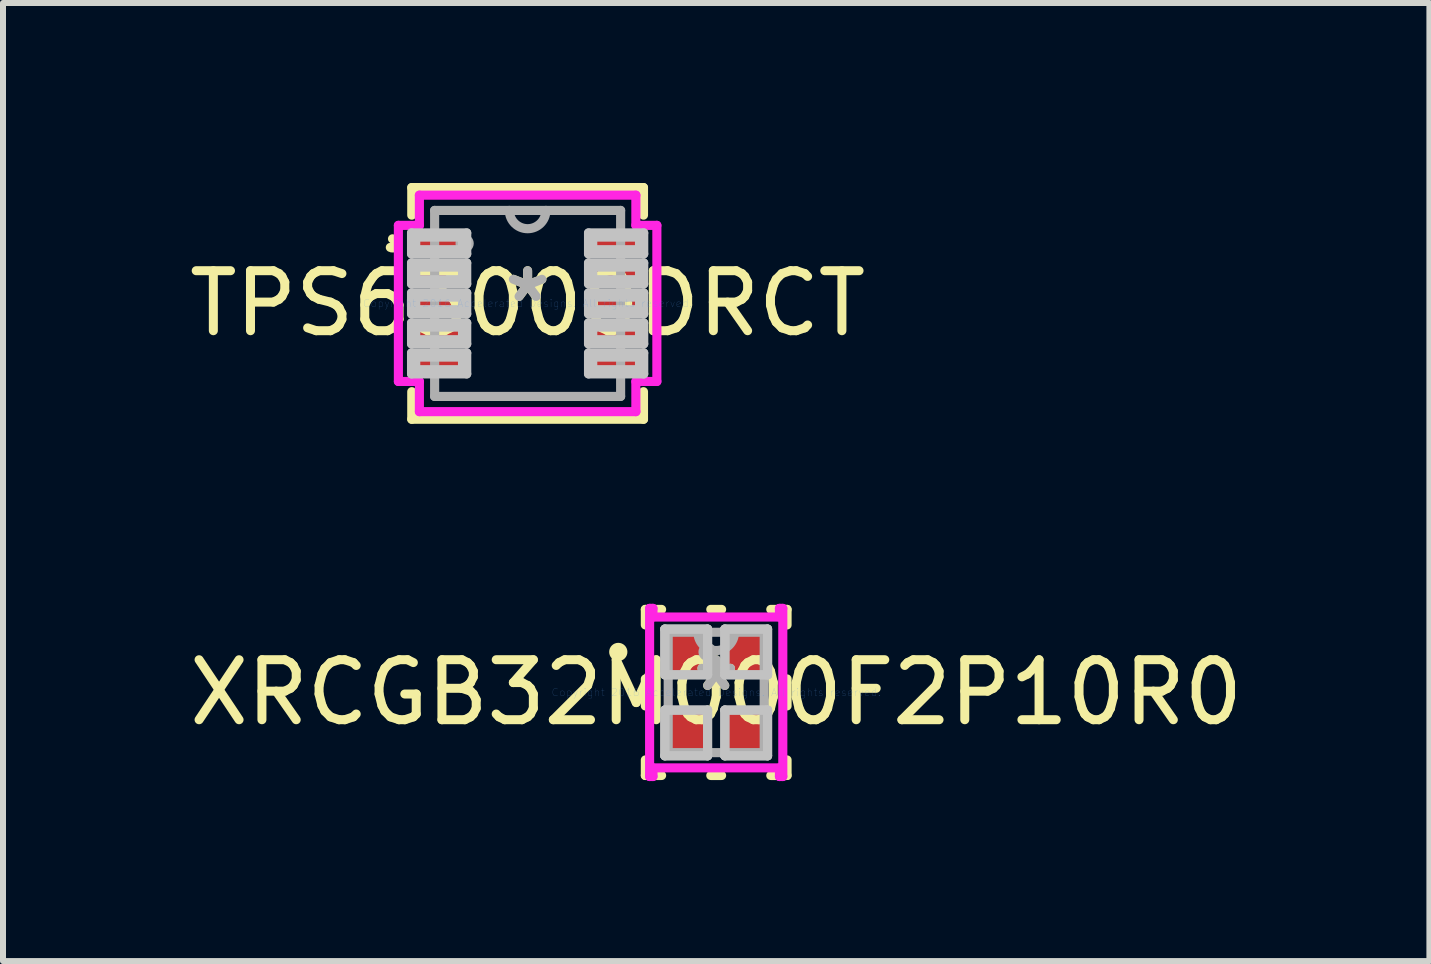
<source format=kicad_pcb>
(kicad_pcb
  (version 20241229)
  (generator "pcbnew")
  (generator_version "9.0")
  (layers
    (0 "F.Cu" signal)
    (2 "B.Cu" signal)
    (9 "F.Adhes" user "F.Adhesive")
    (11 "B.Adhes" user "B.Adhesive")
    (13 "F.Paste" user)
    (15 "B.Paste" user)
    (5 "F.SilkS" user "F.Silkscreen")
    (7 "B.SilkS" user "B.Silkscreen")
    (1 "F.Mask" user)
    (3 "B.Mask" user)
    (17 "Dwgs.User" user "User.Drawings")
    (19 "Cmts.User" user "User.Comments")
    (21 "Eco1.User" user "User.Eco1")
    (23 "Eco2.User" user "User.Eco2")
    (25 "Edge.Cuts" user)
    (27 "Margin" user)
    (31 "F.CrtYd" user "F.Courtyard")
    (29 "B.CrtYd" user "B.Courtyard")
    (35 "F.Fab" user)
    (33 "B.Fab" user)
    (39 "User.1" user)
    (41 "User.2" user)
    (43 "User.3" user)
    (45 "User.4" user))
  (footprint "TPS63000DRCT"
    (layer "F.Cu")
    (at 5.744 2.007)
    (property "Reference" "TPS63000DRCT" (at 0 0 0) (layer "F.SilkS") (effects (font (size 1 1) (thickness 0.15))))
    (attr through_hole)
    (fp_line (start -1.931 -1.931) (end -1.931 -1.471) (stroke (width 0.152) (type solid)) (layer "F.SilkS"))
    (fp_line (start -1.931 1.471) (end -1.931 1.931) (stroke (width 0.152) (type solid)) (layer "F.SilkS"))
    (fp_line (start -1.931 1.931) (end 1.931 1.931) (stroke (width 0.152) (type solid)) (layer "F.SilkS"))
    (fp_line (start 1.931 -1.931) (end -1.931 -1.931) (stroke (width 0.152) (type solid)) (layer "F.SilkS"))
    (fp_line (start 1.931 -1.471) (end 1.931 -1.931) (stroke (width 0.152) (type solid)) (layer "F.SilkS"))
    (fp_line (start 1.931 1.931) (end 1.931 1.471) (stroke (width 0.152) (type solid)) (layer "F.SilkS"))
    (fp_arc (start -2.2516 -1.0762) (mid -2.177771 -0.981141) (end -2.288144 -0.933135) (stroke (width 0.1524) (type solid)) (layer "F.SilkS"))
    (fp_line (start -1.935 -1.175) (end -1.935 -0.825) (stroke (width 0.152) (type solid)) (layer "Dwgs.User"))
    (fp_line (start -1.935 -0.825) (end -1.015 -0.825) (stroke (width 0.152) (type solid)) (layer "Dwgs.User"))
    (fp_line (start -1.935 -0.675) (end -1.935 -0.325) (stroke (width 0.152) (type solid)) (layer "Dwgs.User"))
    (fp_line (start -1.935 -0.325) (end -1.015 -0.325) (stroke (width 0.152) (type solid)) (layer "Dwgs.User"))
    (fp_line (start -1.935 -0.175) (end -1.935 0.175) (stroke (width 0.152) (type solid)) (layer "Dwgs.User"))
    (fp_line (start -1.935 0.175) (end -1.015 0.175) (stroke (width 0.152) (type solid)) (layer "Dwgs.User"))
    (fp_line (start -1.935 0.325) (end -1.935 0.675) (stroke (width 0.152) (type solid)) (layer "Dwgs.User"))
    (fp_line (start -1.935 0.675) (end -1.015 0.675) (stroke (width 0.152) (type solid)) (layer "Dwgs.User"))
    (fp_line (start -1.935 0.825) (end -1.935 1.175) (stroke (width 0.152) (type solid)) (layer "Dwgs.User"))
    (fp_line (start -1.935 1.175) (end -1.015 1.175) (stroke (width 0.152) (type solid)) (layer "Dwgs.User"))
    (fp_line (start -1.865 -1.105) (end -1.865 -0.895) (stroke (width 0.152) (type solid)) (layer "Dwgs.User"))
    (fp_line (start -1.865 -0.895) (end -1.085 -0.895) (stroke (width 0.152) (type solid)) (layer "Dwgs.User"))
    (fp_line (start -1.865 -0.605) (end -1.865 -0.395) (stroke (width 0.152) (type solid)) (layer "Dwgs.User"))
    (fp_line (start -1.865 -0.395) (end -1.085 -0.395) (stroke (width 0.152) (type solid)) (layer "Dwgs.User"))
    (fp_line (start -1.865 -0.105) (end -1.865 0.105) (stroke (width 0.152) (type solid)) (layer "Dwgs.User"))
    (fp_line (start -1.865 0.105) (end -1.085 0.105) (stroke (width 0.152) (type solid)) (layer "Dwgs.User"))
    (fp_line (start -1.865 0.395) (end -1.865 0.605) (stroke (width 0.152) (type solid)) (layer "Dwgs.User"))
    (fp_line (start -1.865 0.605) (end -1.085 0.605) (stroke (width 0.152) (type solid)) (layer "Dwgs.User"))
    (fp_line (start -1.865 0.895) (end -1.865 1.105) (stroke (width 0.152) (type solid)) (layer "Dwgs.User"))
    (fp_line (start -1.865 1.105) (end -1.085 1.105) (stroke (width 0.152) (type solid)) (layer "Dwgs.User"))
    (fp_line (start -1.085 -1.105) (end -1.865 -1.105) (stroke (width 0.152) (type solid)) (layer "Dwgs.User"))
    (fp_line (start -1.085 -0.895) (end -1.085 -1.105) (stroke (width 0.152) (type solid)) (layer "Dwgs.User"))
    (fp_line (start -1.085 -0.605) (end -1.865 -0.605) (stroke (width 0.152) (type solid)) (layer "Dwgs.User"))
    (fp_line (start -1.085 -0.395) (end -1.085 -0.605) (stroke (width 0.152) (type solid)) (layer "Dwgs.User"))
    (fp_line (start -1.085 -0.105) (end -1.865 -0.105) (stroke (width 0.152) (type solid)) (layer "Dwgs.User"))
    (fp_line (start -1.085 0.105) (end -1.085 -0.105) (stroke (width 0.152) (type solid)) (layer "Dwgs.User"))
    (fp_line (start -1.085 0.395) (end -1.865 0.395) (stroke (width 0.152) (type solid)) (layer "Dwgs.User"))
    (fp_line (start -1.085 0.605) (end -1.085 0.395) (stroke (width 0.152) (type solid)) (layer "Dwgs.User"))
    (fp_line (start -1.085 0.895) (end -1.865 0.895) (stroke (width 0.152) (type solid)) (layer "Dwgs.User"))
    (fp_line (start -1.085 1.105) (end -1.085 0.895) (stroke (width 0.152) (type solid)) (layer "Dwgs.User"))
    (fp_line (start -1.015 -1.175) (end -1.935 -1.175) (stroke (width 0.152) (type solid)) (layer "Dwgs.User"))
    (fp_line (start -1.015 -0.825) (end -1.015 -1.175) (stroke (width 0.152) (type solid)) (layer "Dwgs.User"))
    (fp_line (start -1.015 -0.675) (end -1.935 -0.675) (stroke (width 0.152) (type solid)) (layer "Dwgs.User"))
    (fp_line (start -1.015 -0.325) (end -1.015 -0.675) (stroke (width 0.152) (type solid)) (layer "Dwgs.User"))
    (fp_line (start -1.015 -0.175) (end -1.935 -0.175) (stroke (width 0.152) (type solid)) (layer "Dwgs.User"))
    (fp_line (start -1.015 0.175) (end -1.015 -0.175) (stroke (width 0.152) (type solid)) (layer "Dwgs.User"))
    (fp_line (start -1.015 0.325) (end -1.935 0.325) (stroke (width 0.152) (type solid)) (layer "Dwgs.User"))
    (fp_line (start -1.015 0.675) (end -1.015 0.325) (stroke (width 0.152) (type solid)) (layer "Dwgs.User"))
    (fp_line (start -1.015 0.825) (end -1.935 0.825) (stroke (width 0.152) (type solid)) (layer "Dwgs.User"))
    (fp_line (start -1.015 1.175) (end -1.015 0.825) (stroke (width 0.152) (type solid)) (layer "Dwgs.User"))
    (fp_line (start 1.015 -1.175) (end 1.015 -0.825) (stroke (width 0.152) (type solid)) (layer "Dwgs.User"))
    (fp_line (start 1.015 -0.825) (end 1.935 -0.825) (stroke (width 0.152) (type solid)) (layer "Dwgs.User"))
    (fp_line (start 1.015 -0.675) (end 1.015 -0.325) (stroke (width 0.152) (type solid)) (layer "Dwgs.User"))
    (fp_line (start 1.015 -0.325) (end 1.935 -0.325) (stroke (width 0.152) (type solid)) (layer "Dwgs.User"))
    (fp_line (start 1.015 -0.175) (end 1.015 0.175) (stroke (width 0.152) (type solid)) (layer "Dwgs.User"))
    (fp_line (start 1.015 0.175) (end 1.935 0.175) (stroke (width 0.152) (type solid)) (layer "Dwgs.User"))
    (fp_line (start 1.015 0.325) (end 1.015 0.675) (stroke (width 0.152) (type solid)) (layer "Dwgs.User"))
    (fp_line (start 1.015 0.675) (end 1.935 0.675) (stroke (width 0.152) (type solid)) (layer "Dwgs.User"))
    (fp_line (start 1.015 0.825) (end 1.015 1.175) (stroke (width 0.152) (type solid)) (layer "Dwgs.User"))
    (fp_line (start 1.015 1.175) (end 1.935 1.175) (stroke (width 0.152) (type solid)) (layer "Dwgs.User"))
    (fp_line (start 1.085 -1.105) (end 1.085 -0.895) (stroke (width 0.152) (type solid)) (layer "Dwgs.User"))
    (fp_line (start 1.085 -0.895) (end 1.865 -0.895) (stroke (width 0.152) (type solid)) (layer "Dwgs.User"))
    (fp_line (start 1.085 -0.605) (end 1.085 -0.395) (stroke (width 0.152) (type solid)) (layer "Dwgs.User"))
    (fp_line (start 1.085 -0.395) (end 1.865 -0.395) (stroke (width 0.152) (type solid)) (layer "Dwgs.User"))
    (fp_line (start 1.085 -0.105) (end 1.085 0.105) (stroke (width 0.152) (type solid)) (layer "Dwgs.User"))
    (fp_line (start 1.085 0.105) (end 1.865 0.105) (stroke (width 0.152) (type solid)) (layer "Dwgs.User"))
    (fp_line (start 1.085 0.395) (end 1.085 0.605) (stroke (width 0.152) (type solid)) (layer "Dwgs.User"))
    (fp_line (start 1.085 0.605) (end 1.865 0.605) (stroke (width 0.152) (type solid)) (layer "Dwgs.User"))
    (fp_line (start 1.085 0.895) (end 1.085 1.105) (stroke (width 0.152) (type solid)) (layer "Dwgs.User"))
    (fp_line (start 1.085 1.105) (end 1.865 1.105) (stroke (width 0.152) (type solid)) (layer "Dwgs.User"))
    (fp_line (start 1.865 -1.105) (end 1.085 -1.105) (stroke (width 0.152) (type solid)) (layer "Dwgs.User"))
    (fp_line (start 1.865 -0.895) (end 1.865 -1.105) (stroke (width 0.152) (type solid)) (layer "Dwgs.User"))
    (fp_line (start 1.865 -0.605) (end 1.085 -0.605) (stroke (width 0.152) (type solid)) (layer "Dwgs.User"))
    (fp_line (start 1.865 -0.395) (end 1.865 -0.605) (stroke (width 0.152) (type solid)) (layer "Dwgs.User"))
    (fp_line (start 1.865 -0.105) (end 1.085 -0.105) (stroke (width 0.152) (type solid)) (layer "Dwgs.User"))
    (fp_line (start 1.865 0.105) (end 1.865 -0.105) (stroke (width 0.152) (type solid)) (layer "Dwgs.User"))
    (fp_line (start 1.865 0.395) (end 1.085 0.395) (stroke (width 0.152) (type solid)) (layer "Dwgs.User"))
    (fp_line (start 1.865 0.605) (end 1.865 0.395) (stroke (width 0.152) (type solid)) (layer "Dwgs.User"))
    (fp_line (start 1.865 0.895) (end 1.085 0.895) (stroke (width 0.152) (type solid)) (layer "Dwgs.User"))
    (fp_line (start 1.865 1.105) (end 1.865 0.895) (stroke (width 0.152) (type solid)) (layer "Dwgs.User"))
    (fp_line (start 1.935 -1.175) (end 1.015 -1.175) (stroke (width 0.152) (type solid)) (layer "Dwgs.User"))
    (fp_line (start 1.935 -0.825) (end 1.935 -1.175) (stroke (width 0.152) (type solid)) (layer "Dwgs.User"))
    (fp_line (start 1.935 -0.675) (end 1.015 -0.675) (stroke (width 0.152) (type solid)) (layer "Dwgs.User"))
    (fp_line (start 1.935 -0.325) (end 1.935 -0.675) (stroke (width 0.152) (type solid)) (layer "Dwgs.User"))
    (fp_line (start 1.935 -0.175) (end 1.015 -0.175) (stroke (width 0.152) (type solid)) (layer "Dwgs.User"))
    (fp_line (start 1.935 0.175) (end 1.935 -0.175) (stroke (width 0.152) (type solid)) (layer "Dwgs.User"))
    (fp_line (start 1.935 0.325) (end 1.015 0.325) (stroke (width 0.152) (type solid)) (layer "Dwgs.User"))
    (fp_line (start 1.935 0.675) (end 1.935 0.325) (stroke (width 0.152) (type solid)) (layer "Dwgs.User"))
    (fp_line (start 1.935 0.825) (end 1.015 0.825) (stroke (width 0.152) (type solid)) (layer "Dwgs.User"))
    (fp_line (start 1.935 1.175) (end 1.935 0.825) (stroke (width 0.152) (type solid)) (layer "Dwgs.User"))
    (fp_line (start -2.154 -1.301) (end -1.804 -1.301) (stroke (width 0.152) (type solid)) (layer "F.CrtYd"))
    (fp_line (start -2.154 1.301) (end -2.154 -1.301) (stroke (width 0.152) (type solid)) (layer "F.CrtYd"))
    (fp_line (start -1.804 -1.804) (end 1.804 -1.804) (stroke (width 0.152) (type solid)) (layer "F.CrtYd"))
    (fp_line (start -1.804 -1.301) (end -1.804 -1.804) (stroke (width 0.152) (type solid)) (layer "F.CrtYd"))
    (fp_line (start -1.804 1.301) (end -2.154 1.301) (stroke (width 0.152) (type solid)) (layer "F.CrtYd"))
    (fp_line (start -1.804 1.804) (end -1.804 1.301) (stroke (width 0.152) (type solid)) (layer "F.CrtYd"))
    (fp_line (start 1.804 -1.804) (end 1.804 -1.301) (stroke (width 0.152) (type solid)) (layer "F.CrtYd"))
    (fp_line (start 1.804 -1.301) (end 2.154 -1.301) (stroke (width 0.152) (type solid)) (layer "F.CrtYd"))
    (fp_line (start 1.804 1.301) (end 1.804 1.804) (stroke (width 0.152) (type solid)) (layer "F.CrtYd"))
    (fp_line (start 1.804 1.804) (end -1.804 1.804) (stroke (width 0.152) (type solid)) (layer "F.CrtYd"))
    (fp_line (start 2.154 -1.301) (end 2.154 1.301) (stroke (width 0.152) (type solid)) (layer "F.CrtYd"))
    (fp_line (start 2.154 1.301) (end 1.804 1.301) (stroke (width 0.152) (type solid)) (layer "F.CrtYd"))
    (fp_line (start -1.55 -1.55) (end -1.55 1.55) (stroke (width 0.152) (type solid)) (layer "F.Fab"))
    (fp_line (start -1.55 1.55) (end 1.55 1.55) (stroke (width 0.152) (type solid)) (layer "F.Fab"))
    (fp_line (start 1.55 -1.55) (end -1.55 -1.55) (stroke (width 0.152) (type solid)) (layer "F.Fab"))
    (fp_line (start 1.55 1.55) (end 1.55 -1.55) (stroke (width 0.152) (type solid)) (layer "F.Fab"))
    (fp_arc (start 0.3048 -1.549999) (mid 0 -1.245199) (end -0.3048 -1.549999) (stroke (width 0.1524) (type solid)) (layer "F.Fab"))
    (fp_circle (center -1.05 -1) (end -0.974 -1) (stroke (width 0.152) (type solid)) (fill no) (layer "F.Fab"))
    (fp_text user "*" (at 0 0 0) (layer "F.SilkS") (effects (font (size 1 1) (thickness 0.15))))
    (fp_text user "Copyright 2016 Accelerated Designs. All rights reserved." (at 0 0 0) (layer "Cmts.User") (effects (font (size 0.127 0.127) (thickness 0.002))))
    (fp_text user "*" (at 0 0 0) (layer "F.Fab") (effects (font (size 1 1) (thickness 0.15))))
    (pad "1" smd rect (at -1.475 -1) (size 0.85 0.28) (layers "F.Cu" "F.Mask" "F.Paste"))
    (pad "2" smd rect (at -1.475 -0.5) (size 0.85 0.28) (layers "F.Cu" "F.Mask" "F.Paste"))
    (pad "3" smd rect (at -1.475 0) (size 0.85 0.28) (layers "F.Cu" "F.Mask" "F.Paste"))
    (pad "4" smd rect (at -1.475 0.5) (size 0.85 0.28) (layers "F.Cu" "F.Mask" "F.Paste"))
    (pad "5" smd rect (at -1.475 1) (size 0.85 0.28) (layers "F.Cu" "F.Mask" "F.Paste"))
    (pad "6" smd rect (at 1.475 1) (size 0.85 0.28) (layers "F.Cu" "F.Mask" "F.Paste"))
    (pad "7" smd rect (at 1.475 0.5) (size 0.85 0.28) (layers "F.Cu" "F.Mask" "F.Paste"))
    (pad "8" smd rect (at 1.475 0) (size 0.85 0.28) (layers "F.Cu" "F.Mask" "F.Paste"))
    (pad "9" smd rect (at 1.475 -0.5) (size 0.85 0.28) (layers "F.Cu" "F.Mask" "F.Paste"))
    (pad "10" smd rect (at 1.475 -1) (size 0.85 0.28) (layers "F.Cu" "F.Mask" "F.Paste")))
  (footprint "XRCGB32M000F2P10R0"
    (layer "F.Cu")
    (at 8.887 8.491)
    (property "Reference" "XRCGB32M000F2P10R0" (at 0 0 0) (layer "F.SilkS") (effects (font (size 1 1) (thickness 0.15))))
    (attr through_hole)
    (fp_line (start -1.181 -1.384) (end -1.181 -1.125) (stroke (width 0.152) (type solid)) (layer "F.SilkS"))
    (fp_line (start -1.181 -0.225) (end -1.181 0.225) (stroke (width 0.152) (type solid)) (layer "F.SilkS"))
    (fp_line (start -1.181 1.125) (end -1.181 1.384) (stroke (width 0.152) (type solid)) (layer "F.SilkS"))
    (fp_line (start -1.181 1.384) (end -0.91 1.384) (stroke (width 0.152) (type solid)) (layer "F.SilkS"))
    (fp_line (start -0.91 -1.384) (end -1.181 -1.384) (stroke (width 0.152) (type solid)) (layer "F.SilkS"))
    (fp_line (start -0.09 1.384) (end 0.09 1.384) (stroke (width 0.152) (type solid)) (layer "F.SilkS"))
    (fp_line (start 0.09 -1.384) (end -0.09 -1.384) (stroke (width 0.152) (type solid)) (layer "F.SilkS"))
    (fp_line (start 0.91 1.384) (end 1.181 1.384) (stroke (width 0.152) (type solid)) (layer "F.SilkS"))
    (fp_line (start 1.181 -1.384) (end 0.91 -1.384) (stroke (width 0.152) (type solid)) (layer "F.SilkS"))
    (fp_line (start 1.181 -1.125) (end 1.181 -1.384) (stroke (width 0.152) (type solid)) (layer "F.SilkS"))
    (fp_line (start 1.181 0.225) (end 1.181 -0.225) (stroke (width 0.152) (type solid)) (layer "F.SilkS"))
    (fp_line (start 1.181 1.384) (end 1.181 1.125) (stroke (width 0.152) (type solid)) (layer "F.SilkS"))
    (fp_circle (center -1.632 -0.675) (end -1.556 -0.675) (stroke (width 0.152) (type solid)) (fill no) (layer "F.SilkS"))
    (fp_line (start -0.856 -1.056) (end -0.856 -0.294) (stroke (width 0.152) (type solid)) (layer "Dwgs.User"))
    (fp_line (start -0.856 -1.056) (end -0.856 -0.294) (stroke (width 0.152) (type solid)) (layer "Dwgs.User"))
    (fp_line (start -0.856 -0.294) (end -0.144 -0.294) (stroke (width 0.152) (type solid)) (layer "Dwgs.User"))
    (fp_line (start -0.856 -0.294) (end -0.144 -0.294) (stroke (width 0.152) (type solid)) (layer "Dwgs.User"))
    (fp_line (start -0.856 0.294) (end -0.856 1.056) (stroke (width 0.152) (type solid)) (layer "Dwgs.User"))
    (fp_line (start -0.856 0.294) (end -0.856 1.056) (stroke (width 0.152) (type solid)) (layer "Dwgs.User"))
    (fp_line (start -0.856 1.056) (end -0.144 1.056) (stroke (width 0.152) (type solid)) (layer "Dwgs.User"))
    (fp_line (start -0.856 1.056) (end -0.144 1.056) (stroke (width 0.152) (type solid)) (layer "Dwgs.User"))
    (fp_line (start -0.144 -1.056) (end -0.856 -1.056) (stroke (width 0.152) (type solid)) (layer "Dwgs.User"))
    (fp_line (start -0.144 -1.056) (end -0.856 -1.056) (stroke (width 0.152) (type solid)) (layer "Dwgs.User"))
    (fp_line (start -0.144 -0.294) (end -0.144 -1.056) (stroke (width 0.152) (type solid)) (layer "Dwgs.User"))
    (fp_line (start -0.144 -0.294) (end -0.144 -1.056) (stroke (width 0.152) (type solid)) (layer "Dwgs.User"))
    (fp_line (start -0.144 0.294) (end -0.856 0.294) (stroke (width 0.152) (type solid)) (layer "Dwgs.User"))
    (fp_line (start -0.144 0.294) (end -0.856 0.294) (stroke (width 0.152) (type solid)) (layer "Dwgs.User"))
    (fp_line (start -0.144 1.056) (end -0.144 0.294) (stroke (width 0.152) (type solid)) (layer "Dwgs.User"))
    (fp_line (start -0.144 1.056) (end -0.144 0.294) (stroke (width 0.152) (type solid)) (layer "Dwgs.User"))
    (fp_line (start 0.144 -1.056) (end 0.144 -0.294) (stroke (width 0.152) (type solid)) (layer "Dwgs.User"))
    (fp_line (start 0.144 -1.056) (end 0.144 -0.294) (stroke (width 0.152) (type solid)) (layer "Dwgs.User"))
    (fp_line (start 0.144 -0.294) (end 0.856 -0.294) (stroke (width 0.152) (type solid)) (layer "Dwgs.User"))
    (fp_line (start 0.144 -0.294) (end 0.856 -0.294) (stroke (width 0.152) (type solid)) (layer "Dwgs.User"))
    (fp_line (start 0.144 0.294) (end 0.144 1.056) (stroke (width 0.152) (type solid)) (layer "Dwgs.User"))
    (fp_line (start 0.144 0.294) (end 0.144 1.056) (stroke (width 0.152) (type solid)) (layer "Dwgs.User"))
    (fp_line (start 0.144 1.056) (end 0.856 1.056) (stroke (width 0.152) (type solid)) (layer "Dwgs.User"))
    (fp_line (start 0.144 1.056) (end 0.856 1.056) (stroke (width 0.152) (type solid)) (layer "Dwgs.User"))
    (fp_line (start 0.856 -1.056) (end 0.144 -1.056) (stroke (width 0.152) (type solid)) (layer "Dwgs.User"))
    (fp_line (start 0.856 -1.056) (end 0.144 -1.056) (stroke (width 0.152) (type solid)) (layer "Dwgs.User"))
    (fp_line (start 0.856 -0.294) (end 0.856 -1.056) (stroke (width 0.152) (type solid)) (layer "Dwgs.User"))
    (fp_line (start 0.856 -0.294) (end 0.856 -1.056) (stroke (width 0.152) (type solid)) (layer "Dwgs.User"))
    (fp_line (start 0.856 0.294) (end 0.144 0.294) (stroke (width 0.152) (type solid)) (layer "Dwgs.User"))
    (fp_line (start 0.856 0.294) (end 0.144 0.294) (stroke (width 0.152) (type solid)) (layer "Dwgs.User"))
    (fp_line (start 0.856 1.056) (end 0.856 0.294) (stroke (width 0.152) (type solid)) (layer "Dwgs.User"))
    (fp_line (start 0.856 1.056) (end 0.856 0.294) (stroke (width 0.152) (type solid)) (layer "Dwgs.User"))
    (fp_line (start -1.11 -1.401) (end -1.054 -1.401) (stroke (width 0.152) (type solid)) (layer "F.CrtYd"))
    (fp_line (start -1.11 1.401) (end -1.11 -1.401) (stroke (width 0.152) (type solid)) (layer "F.CrtYd"))
    (fp_line (start -1.054 -1.401) (end -1.054 -1.257) (stroke (width 0.152) (type solid)) (layer "F.CrtYd"))
    (fp_line (start -1.054 -1.257) (end 1.054 -1.257) (stroke (width 0.152) (type solid)) (layer "F.CrtYd"))
    (fp_line (start -1.054 1.257) (end -1.054 1.401) (stroke (width 0.152) (type solid)) (layer "F.CrtYd"))
    (fp_line (start -1.054 1.401) (end -1.11 1.401) (stroke (width 0.152) (type solid)) (layer "F.CrtYd"))
    (fp_line (start 1.054 -1.401) (end 1.11 -1.401) (stroke (width 0.152) (type solid)) (layer "F.CrtYd"))
    (fp_line (start 1.054 -1.257) (end 1.054 -1.401) (stroke (width 0.152) (type solid)) (layer "F.CrtYd"))
    (fp_line (start 1.054 1.257) (end -1.054 1.257) (stroke (width 0.152) (type solid)) (layer "F.CrtYd"))
    (fp_line (start 1.054 1.401) (end 1.054 1.257) (stroke (width 0.152) (type solid)) (layer "F.CrtYd"))
    (fp_line (start 1.11 -1.401) (end 1.11 1.401) (stroke (width 0.152) (type solid)) (layer "F.CrtYd"))
    (fp_line (start 1.11 1.401) (end 1.054 1.401) (stroke (width 0.152) (type solid)) (layer "F.CrtYd"))
    (fp_line (start -0.8 -1.003) (end -0.8 1.003) (stroke (width 0.152) (type solid)) (layer "F.Fab"))
    (fp_line (start -0.8 1.003) (end 0.8 1.003) (stroke (width 0.152) (type solid)) (layer "F.Fab"))
    (fp_line (start 0.8 -1.003) (end -0.8 -1.003) (stroke (width 0.152) (type solid)) (layer "F.Fab"))
    (fp_line (start 0.8 1.003) (end 0.8 -1.003) (stroke (width 0.152) (type solid)) (layer "F.Fab"))
    (fp_arc (start 0.3048 -1.0033) (mid 0 -0.6985) (end -0.3048 -1.0033) (stroke (width 0.1524) (type solid)) (layer "F.Fab"))
    (fp_circle (center -0.144 -0.675) (end -0.068 -0.675) (stroke (width 0.152) (type solid)) (fill no) (layer "F.Fab"))
    (fp_text user "*" (at 0 0 0) (layer "F.SilkS") (effects (font (size 1 1) (thickness 0.15))))
    (fp_text user "Copyright 2016 Accelerated Designs. All rights reserved." (at 0 0 0) (layer "Cmts.User") (effects (font (size 0.127 0.127) (thickness 0.002))))
    (fp_text user "*" (at 0 0 0) (layer "F.Fab") (effects (font (size 1 1) (thickness 0.15))))
    (pad "1" smd rect (at -0.5 -0.675) (size 0.711 0.762) (layers "F.Cu" "F.Mask" "F.Paste"))
    (pad "2" smd rect (at -0.5 0.675) (size 0.711 0.762) (layers "F.Cu" "F.Mask" "F.Paste"))
    (pad "3" smd rect (at 0.5 0.675) (size 0.711 0.762) (layers "F.Cu" "F.Mask" "F.Paste"))
    (pad "4" smd rect (at 0.5 -0.675) (size 0.711 0.762) (layers "F.Cu" "F.Mask" "F.Paste")))
  (gr_rect
    (start -3 -3)
    (end 20.774 12.968)
    (stroke (width 0.1) (type default))
    (fill no)
    (layer "Edge.Cuts")))
</source>
